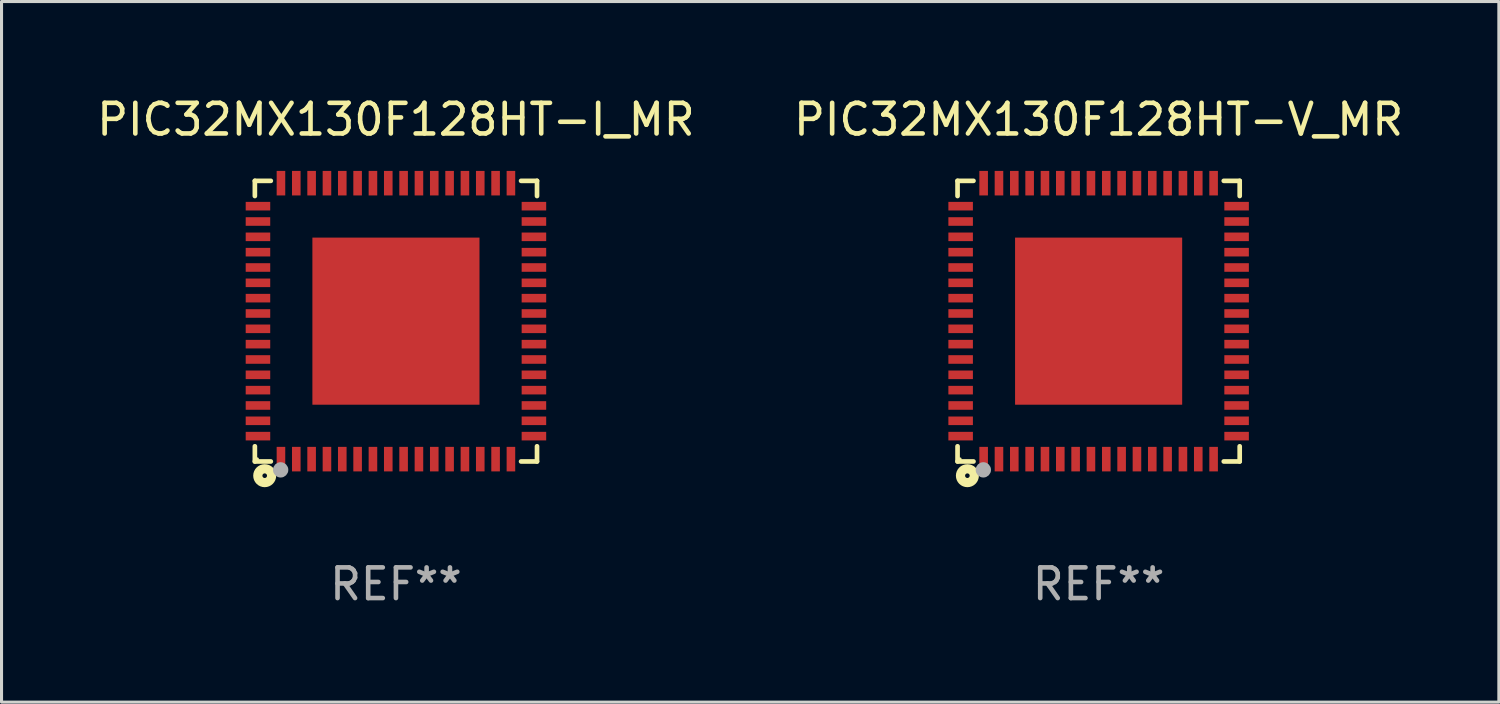
<source format=kicad_pcb>
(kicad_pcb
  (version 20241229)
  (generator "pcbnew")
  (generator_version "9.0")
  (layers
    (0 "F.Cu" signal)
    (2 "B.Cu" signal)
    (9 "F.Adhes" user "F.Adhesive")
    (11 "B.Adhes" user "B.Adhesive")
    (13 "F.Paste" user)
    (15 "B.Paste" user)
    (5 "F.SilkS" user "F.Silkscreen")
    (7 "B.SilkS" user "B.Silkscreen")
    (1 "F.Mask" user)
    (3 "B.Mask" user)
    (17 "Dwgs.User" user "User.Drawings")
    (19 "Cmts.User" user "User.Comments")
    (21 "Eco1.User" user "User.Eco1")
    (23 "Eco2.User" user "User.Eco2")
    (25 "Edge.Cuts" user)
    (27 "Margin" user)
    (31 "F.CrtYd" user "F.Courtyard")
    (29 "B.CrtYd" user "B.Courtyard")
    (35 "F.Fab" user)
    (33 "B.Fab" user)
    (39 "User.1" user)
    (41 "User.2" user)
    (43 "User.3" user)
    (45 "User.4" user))
  (footprint "PIC32MX130F128HT-I_MR"
    (layer "F.Cu")
    (at 9.863 7.424)
    (property "Reference" "PIC32MX130F128HT-I_MR" (at 0 -6.576 0) (layer "F.SilkS") (effects (font (size 1 1) (thickness 0.15))))
    (attr through_hole)
    (fp_line (start -4.601 -4.576) (end -4.081 -4.576) (stroke (width 0.152) (type solid)) (layer "F.SilkS"))
    (fp_line (start -4.601 -4.081) (end -4.601 -4.576) (stroke (width 0.152) (type solid)) (layer "F.SilkS"))
    (fp_line (start -4.601 4.081) (end -4.601 4.576) (stroke (width 0.152) (type solid)) (layer "F.SilkS"))
    (fp_line (start -4.601 4.576) (end -4.081 4.576) (stroke (width 0.152) (type solid)) (layer "F.SilkS"))
    (fp_line (start 4.601 -4.576) (end 4.081 -4.576) (stroke (width 0.152) (type solid)) (layer "F.SilkS"))
    (fp_line (start 4.601 -4.081) (end 4.601 -4.576) (stroke (width 0.152) (type solid)) (layer "F.SilkS"))
    (fp_line (start 4.601 4.081) (end 4.601 4.576) (stroke (width 0.152) (type solid)) (layer "F.SilkS"))
    (fp_line (start 4.601 4.576) (end 4.081 4.576) (stroke (width 0.152) (type solid)) (layer "F.SilkS"))
    (fp_circle (center -4.525 4.5) (end -4.495 4.5) (stroke (width 0.06) (type solid)) (fill no) (layer "F.SilkS"))
    (fp_circle (center -4.28 5.04) (end -4.205 5.04) (stroke (width 0.3) (type solid)) (fill no) (layer "F.SilkS"))
    (fp_circle (center -3.76 4.85) (end -3.635 4.85) (stroke (width 0.25) (type solid)) (fill no) (layer "F.Fab"))
    (fp_text user "REF**" (at 0 8.576 0) (layer "F.Fab") (effects (font (size 1 1) (thickness 0.15))))
    (pad "1" smd rect (at -3.75 4.5) (size 0.28 0.8) (layers "F.Cu" "F.Mask" "F.Paste"))
    (pad "2" smd rect (at -3.25 4.5) (size 0.28 0.8) (layers "F.Cu" "F.Mask" "F.Paste"))
    (pad "3" smd rect (at -2.75 4.5) (size 0.28 0.8) (layers "F.Cu" "F.Mask" "F.Paste"))
    (pad "4" smd rect (at -2.25 4.5) (size 0.28 0.8) (layers "F.Cu" "F.Mask" "F.Paste"))
    (pad "5" smd rect (at -1.75 4.5) (size 0.28 0.8) (layers "F.Cu" "F.Mask" "F.Paste"))
    (pad "6" smd rect (at -1.25 4.5) (size 0.28 0.8) (layers "F.Cu" "F.Mask" "F.Paste"))
    (pad "7" smd rect (at -0.75 4.5) (size 0.28 0.8) (layers "F.Cu" "F.Mask" "F.Paste"))
    (pad "8" smd rect (at -0.25 4.5) (size 0.28 0.8) (layers "F.Cu" "F.Mask" "F.Paste"))
    (pad "9" smd rect (at 0.25 4.5) (size 0.28 0.8) (layers "F.Cu" "F.Mask" "F.Paste"))
    (pad "10" smd rect (at 0.75 4.5) (size 0.28 0.8) (layers "F.Cu" "F.Mask" "F.Paste"))
    (pad "11" smd rect (at 1.25 4.5) (size 0.28 0.8) (layers "F.Cu" "F.Mask" "F.Paste"))
    (pad "12" smd rect (at 1.75 4.5) (size 0.28 0.8) (layers "F.Cu" "F.Mask" "F.Paste"))
    (pad "13" smd rect (at 2.25 4.5) (size 0.28 0.8) (layers "F.Cu" "F.Mask" "F.Paste"))
    (pad "14" smd rect (at 2.75 4.5) (size 0.28 0.8) (layers "F.Cu" "F.Mask" "F.Paste"))
    (pad "15" smd rect (at 3.25 4.5) (size 0.28 0.8) (layers "F.Cu" "F.Mask" "F.Paste"))
    (pad "16" smd rect (at 3.75 4.5) (size 0.28 0.8) (layers "F.Cu" "F.Mask" "F.Paste"))
    (pad "17" smd rect (at 4.5 3.75) (size 0.8 0.28) (layers "F.Cu" "F.Mask" "F.Paste"))
    (pad "18" smd rect (at 4.5 3.25) (size 0.8 0.28) (layers "F.Cu" "F.Mask" "F.Paste"))
    (pad "19" smd rect (at 4.5 2.75) (size 0.8 0.28) (layers "F.Cu" "F.Mask" "F.Paste"))
    (pad "20" smd rect (at 4.5 2.25) (size 0.8 0.28) (layers "F.Cu" "F.Mask" "F.Paste"))
    (pad "21" smd rect (at 4.5 1.75) (size 0.8 0.28) (layers "F.Cu" "F.Mask" "F.Paste"))
    (pad "22" smd rect (at 4.5 1.25) (size 0.8 0.28) (layers "F.Cu" "F.Mask" "F.Paste"))
    (pad "23" smd rect (at 4.5 0.75) (size 0.8 0.28) (layers "F.Cu" "F.Mask" "F.Paste"))
    (pad "24" smd rect (at 4.5 0.25) (size 0.8 0.28) (layers "F.Cu" "F.Mask" "F.Paste"))
    (pad "25" smd rect (at 4.5 -0.25) (size 0.8 0.28) (layers "F.Cu" "F.Mask" "F.Paste"))
    (pad "26" smd rect (at 4.5 -0.75) (size 0.8 0.28) (layers "F.Cu" "F.Mask" "F.Paste"))
    (pad "27" smd rect (at 4.5 -1.25) (size 0.8 0.28) (layers "F.Cu" "F.Mask" "F.Paste"))
    (pad "28" smd rect (at 4.5 -1.75) (size 0.8 0.28) (layers "F.Cu" "F.Mask" "F.Paste"))
    (pad "29" smd rect (at 4.5 -2.25) (size 0.8 0.28) (layers "F.Cu" "F.Mask" "F.Paste"))
    (pad "30" smd rect (at 4.5 -2.75) (size 0.8 0.28) (layers "F.Cu" "F.Mask" "F.Paste"))
    (pad "31" smd rect (at 4.5 -3.25) (size 0.8 0.28) (layers "F.Cu" "F.Mask" "F.Paste"))
    (pad "32" smd rect (at 4.5 -3.75) (size 0.8 0.28) (layers "F.Cu" "F.Mask" "F.Paste"))
    (pad "33" smd rect (at 3.75 -4.5) (size 0.28 0.8) (layers "F.Cu" "F.Mask" "F.Paste"))
    (pad "34" smd rect (at 3.25 -4.5) (size 0.28 0.8) (layers "F.Cu" "F.Mask" "F.Paste"))
    (pad "35" smd rect (at 2.75 -4.5) (size 0.28 0.8) (layers "F.Cu" "F.Mask" "F.Paste"))
    (pad "36" smd rect (at 2.25 -4.5) (size 0.28 0.8) (layers "F.Cu" "F.Mask" "F.Paste"))
    (pad "37" smd rect (at 1.75 -4.5) (size 0.28 0.8) (layers "F.Cu" "F.Mask" "F.Paste"))
    (pad "38" smd rect (at 1.25 -4.5) (size 0.28 0.8) (layers "F.Cu" "F.Mask" "F.Paste"))
    (pad "39" smd rect (at 0.75 -4.5) (size 0.28 0.8) (layers "F.Cu" "F.Mask" "F.Paste"))
    (pad "40" smd rect (at 0.25 -4.5) (size 0.28 0.8) (layers "F.Cu" "F.Mask" "F.Paste"))
    (pad "41" smd rect (at -0.25 -4.5) (size 0.28 0.8) (layers "F.Cu" "F.Mask" "F.Paste"))
    (pad "42" smd rect (at -0.75 -4.5) (size 0.28 0.8) (layers "F.Cu" "F.Mask" "F.Paste"))
    (pad "43" smd rect (at -1.25 -4.5) (size 0.28 0.8) (layers "F.Cu" "F.Mask" "F.Paste"))
    (pad "44" smd rect (at -1.75 -4.5) (size 0.28 0.8) (layers "F.Cu" "F.Mask" "F.Paste"))
    (pad "45" smd rect (at -2.25 -4.5) (size 0.28 0.8) (layers "F.Cu" "F.Mask" "F.Paste"))
    (pad "46" smd rect (at -2.75 -4.5) (size 0.28 0.8) (layers "F.Cu" "F.Mask" "F.Paste"))
    (pad "47" smd rect (at -3.25 -4.5) (size 0.28 0.8) (layers "F.Cu" "F.Mask" "F.Paste"))
    (pad "48" smd rect (at -3.75 -4.5) (size 0.28 0.8) (layers "F.Cu" "F.Mask" "F.Paste"))
    (pad "49" smd rect (at -4.5 -3.75) (size 0.8 0.28) (layers "F.Cu" "F.Mask" "F.Paste"))
    (pad "50" smd rect (at -4.5 -3.25) (size 0.8 0.28) (layers "F.Cu" "F.Mask" "F.Paste"))
    (pad "51" smd rect (at -4.5 -2.75) (size 0.8 0.28) (layers "F.Cu" "F.Mask" "F.Paste"))
    (pad "52" smd rect (at -4.5 -2.25) (size 0.8 0.28) (layers "F.Cu" "F.Mask" "F.Paste"))
    (pad "53" smd rect (at -4.5 -1.75) (size 0.8 0.28) (layers "F.Cu" "F.Mask" "F.Paste"))
    (pad "54" smd rect (at -4.5 -1.25) (size 0.8 0.28) (layers "F.Cu" "F.Mask" "F.Paste"))
    (pad "55" smd rect (at -4.5 -0.75) (size 0.8 0.28) (layers "F.Cu" "F.Mask" "F.Paste"))
    (pad "56" smd rect (at -4.5 -0.25) (size 0.8 0.28) (layers "F.Cu" "F.Mask" "F.Paste"))
    (pad "57" smd rect (at -4.5 0.25) (size 0.8 0.28) (layers "F.Cu" "F.Mask" "F.Paste"))
    (pad "58" smd rect (at -4.5 0.75) (size 0.8 0.28) (layers "F.Cu" "F.Mask" "F.Paste"))
    (pad "59" smd rect (at -4.5 1.25) (size 0.8 0.28) (layers "F.Cu" "F.Mask" "F.Paste"))
    (pad "60" smd rect (at -4.5 1.75) (size 0.8 0.28) (layers "F.Cu" "F.Mask" "F.Paste"))
    (pad "61" smd rect (at -4.5 2.25) (size 0.8 0.28) (layers "F.Cu" "F.Mask" "F.Paste"))
    (pad "62" smd rect (at -4.5 2.75) (size 0.8 0.28) (layers "F.Cu" "F.Mask" "F.Paste"))
    (pad "63" smd rect (at -4.5 3.25) (size 0.8 0.28) (layers "F.Cu" "F.Mask" "F.Paste"))
    (pad "64" smd rect (at -4.5 3.75) (size 0.8 0.28) (layers "F.Cu" "F.Mask" "F.Paste"))
    (pad "65" smd rect (at 0 0) (size 5.45 5.45) (layers "F.Cu" "F.Mask" "F.Paste")))
  (footprint "PIC32MX130F128HT-V_MR"
    (layer "F.Cu")
    (at 32.78 7.424)
    (property "Reference" "PIC32MX130F128HT-V_MR" (at 0 -6.576 0) (layer "F.SilkS") (effects (font (size 1 1) (thickness 0.15))))
    (attr through_hole)
    (fp_line (start -4.601 -4.576) (end -4.081 -4.576) (stroke (width 0.152) (type solid)) (layer "F.SilkS"))
    (fp_line (start -4.601 -4.081) (end -4.601 -4.576) (stroke (width 0.152) (type solid)) (layer "F.SilkS"))
    (fp_line (start -4.601 4.081) (end -4.601 4.576) (stroke (width 0.152) (type solid)) (layer "F.SilkS"))
    (fp_line (start -4.601 4.576) (end -4.081 4.576) (stroke (width 0.152) (type solid)) (layer "F.SilkS"))
    (fp_line (start 4.601 -4.576) (end 4.081 -4.576) (stroke (width 0.152) (type solid)) (layer "F.SilkS"))
    (fp_line (start 4.601 -4.081) (end 4.601 -4.576) (stroke (width 0.152) (type solid)) (layer "F.SilkS"))
    (fp_line (start 4.601 4.081) (end 4.601 4.576) (stroke (width 0.152) (type solid)) (layer "F.SilkS"))
    (fp_line (start 4.601 4.576) (end 4.081 4.576) (stroke (width 0.152) (type solid)) (layer "F.SilkS"))
    (fp_circle (center -4.525 4.5) (end -4.495 4.5) (stroke (width 0.06) (type solid)) (fill no) (layer "F.SilkS"))
    (fp_circle (center -4.28 5.04) (end -4.205 5.04) (stroke (width 0.3) (type solid)) (fill no) (layer "F.SilkS"))
    (fp_circle (center -3.76 4.85) (end -3.635 4.85) (stroke (width 0.25) (type solid)) (fill no) (layer "F.Fab"))
    (fp_text user "REF**" (at 0 8.576 0) (layer "F.Fab") (effects (font (size 1 1) (thickness 0.15))))
    (pad "1" smd rect (at -3.75 4.5) (size 0.28 0.8) (layers "F.Cu" "F.Mask" "F.Paste"))
    (pad "2" smd rect (at -3.25 4.5) (size 0.28 0.8) (layers "F.Cu" "F.Mask" "F.Paste"))
    (pad "3" smd rect (at -2.75 4.5) (size 0.28 0.8) (layers "F.Cu" "F.Mask" "F.Paste"))
    (pad "4" smd rect (at -2.25 4.5) (size 0.28 0.8) (layers "F.Cu" "F.Mask" "F.Paste"))
    (pad "5" smd rect (at -1.75 4.5) (size 0.28 0.8) (layers "F.Cu" "F.Mask" "F.Paste"))
    (pad "6" smd rect (at -1.25 4.5) (size 0.28 0.8) (layers "F.Cu" "F.Mask" "F.Paste"))
    (pad "7" smd rect (at -0.75 4.5) (size 0.28 0.8) (layers "F.Cu" "F.Mask" "F.Paste"))
    (pad "8" smd rect (at -0.25 4.5) (size 0.28 0.8) (layers "F.Cu" "F.Mask" "F.Paste"))
    (pad "9" smd rect (at 0.25 4.5) (size 0.28 0.8) (layers "F.Cu" "F.Mask" "F.Paste"))
    (pad "10" smd rect (at 0.75 4.5) (size 0.28 0.8) (layers "F.Cu" "F.Mask" "F.Paste"))
    (pad "11" smd rect (at 1.25 4.5) (size 0.28 0.8) (layers "F.Cu" "F.Mask" "F.Paste"))
    (pad "12" smd rect (at 1.75 4.5) (size 0.28 0.8) (layers "F.Cu" "F.Mask" "F.Paste"))
    (pad "13" smd rect (at 2.25 4.5) (size 0.28 0.8) (layers "F.Cu" "F.Mask" "F.Paste"))
    (pad "14" smd rect (at 2.75 4.5) (size 0.28 0.8) (layers "F.Cu" "F.Mask" "F.Paste"))
    (pad "15" smd rect (at 3.25 4.5) (size 0.28 0.8) (layers "F.Cu" "F.Mask" "F.Paste"))
    (pad "16" smd rect (at 3.75 4.5) (size 0.28 0.8) (layers "F.Cu" "F.Mask" "F.Paste"))
    (pad "17" smd rect (at 4.5 3.75) (size 0.8 0.28) (layers "F.Cu" "F.Mask" "F.Paste"))
    (pad "18" smd rect (at 4.5 3.25) (size 0.8 0.28) (layers "F.Cu" "F.Mask" "F.Paste"))
    (pad "19" smd rect (at 4.5 2.75) (size 0.8 0.28) (layers "F.Cu" "F.Mask" "F.Paste"))
    (pad "20" smd rect (at 4.5 2.25) (size 0.8 0.28) (layers "F.Cu" "F.Mask" "F.Paste"))
    (pad "21" smd rect (at 4.5 1.75) (size 0.8 0.28) (layers "F.Cu" "F.Mask" "F.Paste"))
    (pad "22" smd rect (at 4.5 1.25) (size 0.8 0.28) (layers "F.Cu" "F.Mask" "F.Paste"))
    (pad "23" smd rect (at 4.5 0.75) (size 0.8 0.28) (layers "F.Cu" "F.Mask" "F.Paste"))
    (pad "24" smd rect (at 4.5 0.25) (size 0.8 0.28) (layers "F.Cu" "F.Mask" "F.Paste"))
    (pad "25" smd rect (at 4.5 -0.25) (size 0.8 0.28) (layers "F.Cu" "F.Mask" "F.Paste"))
    (pad "26" smd rect (at 4.5 -0.75) (size 0.8 0.28) (layers "F.Cu" "F.Mask" "F.Paste"))
    (pad "27" smd rect (at 4.5 -1.25) (size 0.8 0.28) (layers "F.Cu" "F.Mask" "F.Paste"))
    (pad "28" smd rect (at 4.5 -1.75) (size 0.8 0.28) (layers "F.Cu" "F.Mask" "F.Paste"))
    (pad "29" smd rect (at 4.5 -2.25) (size 0.8 0.28) (layers "F.Cu" "F.Mask" "F.Paste"))
    (pad "30" smd rect (at 4.5 -2.75) (size 0.8 0.28) (layers "F.Cu" "F.Mask" "F.Paste"))
    (pad "31" smd rect (at 4.5 -3.25) (size 0.8 0.28) (layers "F.Cu" "F.Mask" "F.Paste"))
    (pad "32" smd rect (at 4.5 -3.75) (size 0.8 0.28) (layers "F.Cu" "F.Mask" "F.Paste"))
    (pad "33" smd rect (at 3.75 -4.5) (size 0.28 0.8) (layers "F.Cu" "F.Mask" "F.Paste"))
    (pad "34" smd rect (at 3.25 -4.5) (size 0.28 0.8) (layers "F.Cu" "F.Mask" "F.Paste"))
    (pad "35" smd rect (at 2.75 -4.5) (size 0.28 0.8) (layers "F.Cu" "F.Mask" "F.Paste"))
    (pad "36" smd rect (at 2.25 -4.5) (size 0.28 0.8) (layers "F.Cu" "F.Mask" "F.Paste"))
    (pad "37" smd rect (at 1.75 -4.5) (size 0.28 0.8) (layers "F.Cu" "F.Mask" "F.Paste"))
    (pad "38" smd rect (at 1.25 -4.5) (size 0.28 0.8) (layers "F.Cu" "F.Mask" "F.Paste"))
    (pad "39" smd rect (at 0.75 -4.5) (size 0.28 0.8) (layers "F.Cu" "F.Mask" "F.Paste"))
    (pad "40" smd rect (at 0.25 -4.5) (size 0.28 0.8) (layers "F.Cu" "F.Mask" "F.Paste"))
    (pad "41" smd rect (at -0.25 -4.5) (size 0.28 0.8) (layers "F.Cu" "F.Mask" "F.Paste"))
    (pad "42" smd rect (at -0.75 -4.5) (size 0.28 0.8) (layers "F.Cu" "F.Mask" "F.Paste"))
    (pad "43" smd rect (at -1.25 -4.5) (size 0.28 0.8) (layers "F.Cu" "F.Mask" "F.Paste"))
    (pad "44" smd rect (at -1.75 -4.5) (size 0.28 0.8) (layers "F.Cu" "F.Mask" "F.Paste"))
    (pad "45" smd rect (at -2.25 -4.5) (size 0.28 0.8) (layers "F.Cu" "F.Mask" "F.Paste"))
    (pad "46" smd rect (at -2.75 -4.5) (size 0.28 0.8) (layers "F.Cu" "F.Mask" "F.Paste"))
    (pad "47" smd rect (at -3.25 -4.5) (size 0.28 0.8) (layers "F.Cu" "F.Mask" "F.Paste"))
    (pad "48" smd rect (at -3.75 -4.5) (size 0.28 0.8) (layers "F.Cu" "F.Mask" "F.Paste"))
    (pad "49" smd rect (at -4.5 -3.75) (size 0.8 0.28) (layers "F.Cu" "F.Mask" "F.Paste"))
    (pad "50" smd rect (at -4.5 -3.25) (size 0.8 0.28) (layers "F.Cu" "F.Mask" "F.Paste"))
    (pad "51" smd rect (at -4.5 -2.75) (size 0.8 0.28) (layers "F.Cu" "F.Mask" "F.Paste"))
    (pad "52" smd rect (at -4.5 -2.25) (size 0.8 0.28) (layers "F.Cu" "F.Mask" "F.Paste"))
    (pad "53" smd rect (at -4.5 -1.75) (size 0.8 0.28) (layers "F.Cu" "F.Mask" "F.Paste"))
    (pad "54" smd rect (at -4.5 -1.25) (size 0.8 0.28) (layers "F.Cu" "F.Mask" "F.Paste"))
    (pad "55" smd rect (at -4.5 -0.75) (size 0.8 0.28) (layers "F.Cu" "F.Mask" "F.Paste"))
    (pad "56" smd rect (at -4.5 -0.25) (size 0.8 0.28) (layers "F.Cu" "F.Mask" "F.Paste"))
    (pad "57" smd rect (at -4.5 0.25) (size 0.8 0.28) (layers "F.Cu" "F.Mask" "F.Paste"))
    (pad "58" smd rect (at -4.5 0.75) (size 0.8 0.28) (layers "F.Cu" "F.Mask" "F.Paste"))
    (pad "59" smd rect (at -4.5 1.25) (size 0.8 0.28) (layers "F.Cu" "F.Mask" "F.Paste"))
    (pad "60" smd rect (at -4.5 1.75) (size 0.8 0.28) (layers "F.Cu" "F.Mask" "F.Paste"))
    (pad "61" smd rect (at -4.5 2.25) (size 0.8 0.28) (layers "F.Cu" "F.Mask" "F.Paste"))
    (pad "62" smd rect (at -4.5 2.75) (size 0.8 0.28) (layers "F.Cu" "F.Mask" "F.Paste"))
    (pad "63" smd rect (at -4.5 3.25) (size 0.8 0.28) (layers "F.Cu" "F.Mask" "F.Paste"))
    (pad "64" smd rect (at -4.5 3.75) (size 0.8 0.28) (layers "F.Cu" "F.Mask" "F.Paste"))
    (pad "65" smd rect (at 0 0) (size 5.45 5.45) (layers "F.Cu" "F.Mask" "F.Paste")))
  (gr_rect
    (start -3 -3)
    (end 45.833 19.849)
    (stroke (width 0.1) (type default))
    (fill no)
    (layer "Edge.Cuts")))
</source>
